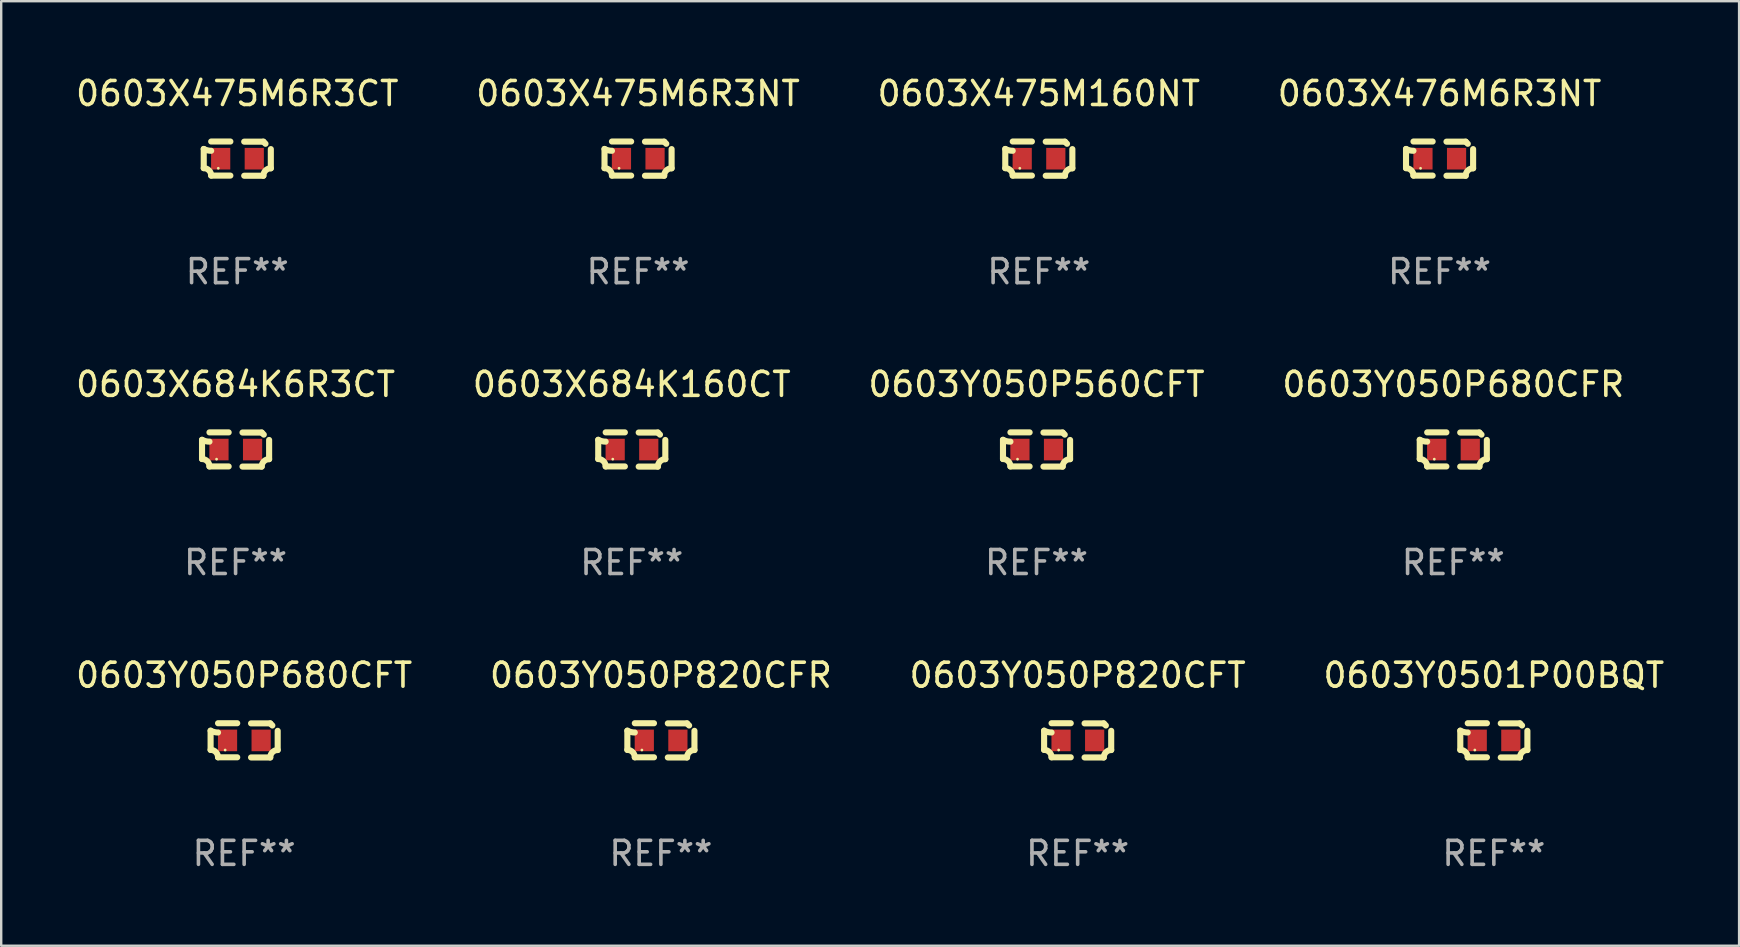
<source format=kicad_pcb>
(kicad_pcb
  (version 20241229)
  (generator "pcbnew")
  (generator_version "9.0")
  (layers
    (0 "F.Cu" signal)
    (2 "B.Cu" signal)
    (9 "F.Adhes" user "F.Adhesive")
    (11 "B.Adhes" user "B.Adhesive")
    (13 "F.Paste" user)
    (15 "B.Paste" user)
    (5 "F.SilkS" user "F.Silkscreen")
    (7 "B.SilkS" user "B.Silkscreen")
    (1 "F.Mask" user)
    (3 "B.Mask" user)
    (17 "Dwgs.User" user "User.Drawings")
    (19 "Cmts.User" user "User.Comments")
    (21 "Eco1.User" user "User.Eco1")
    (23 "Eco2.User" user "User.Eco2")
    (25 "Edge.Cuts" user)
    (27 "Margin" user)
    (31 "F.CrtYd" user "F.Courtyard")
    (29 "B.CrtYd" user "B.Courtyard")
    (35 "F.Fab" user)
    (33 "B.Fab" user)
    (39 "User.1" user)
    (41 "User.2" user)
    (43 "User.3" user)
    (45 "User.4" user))
  (footprint "0603X475M6R3CT"
    (layer "F.Cu")
    (at 6.839 3.561)
    (property "Reference" "0603X475M6R3CT" (at 0 -2.713 0) (layer "F.SilkS") (effects (font (size 1 1) (thickness 0.15))))
    (attr through_hole)
    (fp_line (start -1.398 -0.403) (end -1.398 0.397) (stroke (width 0.254) (type solid)) (layer "F.SilkS"))
    (fp_line (start -0.288 -0.713) (end -1.088 -0.713) (stroke (width 0.254) (type solid)) (layer "F.SilkS"))
    (fp_line (start -0.288 0.707) (end -1.088 0.707) (stroke (width 0.254) (type solid)) (layer "F.SilkS"))
    (fp_line (start 0.288 -0.707) (end 1.088 -0.707) (stroke (width 0.254) (type solid)) (layer "F.SilkS"))
    (fp_line (start 0.288 0.713) (end 1.088 0.713) (stroke (width 0.254) (type solid)) (layer "F.SilkS"))
    (fp_line (start 1.398 -0.397) (end 1.398 0.403) (stroke (width 0.254) (type solid)) (layer "F.SilkS"))
    (fp_arc (start -1.397789 0.397066) (mid -1.178701 0.487826) (end -1.08796 0.706922) (stroke (width 0.254001) (type solid)) (layer "F.SilkS"))
    (fp_arc (start -1.08796 -0.327176) (mid -1.247436 -0.346384) (end -1.39779 -0.402908) (stroke (width 0.254001) (type solid)) (layer "F.SilkS"))
    (fp_arc (start 1.087909 0.712738) (mid 1.178656 0.493655) (end 1.397739 0.402908) (stroke (width 0.254001) (type solid)) (layer "F.SilkS"))
    (fp_arc (start 1.175925 -0.618926) (mid 1.131917 -0.662923) (end 1.08791 -0.706922) (stroke (width 0.254001) (type solid)) (layer "F.SilkS"))
    (fp_circle (center -0.792 0.403) (end -0.762 0.403) (stroke (width 0.06) (type solid)) (fill no) (layer "F.SilkS"))
    (fp_text user "REF**" (at 0 4.713 0) (layer "F.Fab") (effects (font (size 1 1) (thickness 0.15))))
    (pad "1" smd rect (at -0.692 0.003) (size 0.8 0.9) (layers "F.Cu" "F.Mask" "F.Paste"))
    (pad "2" smd rect (at 0.708 0.003) (size 0.8 0.9) (layers "F.Cu" "F.Mask" "F.Paste")))
  (footprint "0603X475M160NT"
    (layer "F.Cu")
    (at 40.244 3.561)
    (property "Reference" "0603X475M160NT" (at 0 -2.713 0) (layer "F.SilkS") (effects (font (size 1 1) (thickness 0.15))))
    (attr through_hole)
    (fp_line (start -1.398 -0.403) (end -1.398 0.397) (stroke (width 0.254) (type solid)) (layer "F.SilkS"))
    (fp_line (start -0.288 -0.713) (end -1.088 -0.713) (stroke (width 0.254) (type solid)) (layer "F.SilkS"))
    (fp_line (start -0.288 0.707) (end -1.088 0.707) (stroke (width 0.254) (type solid)) (layer "F.SilkS"))
    (fp_line (start 0.288 -0.707) (end 1.088 -0.707) (stroke (width 0.254) (type solid)) (layer "F.SilkS"))
    (fp_line (start 0.288 0.713) (end 1.088 0.713) (stroke (width 0.254) (type solid)) (layer "F.SilkS"))
    (fp_line (start 1.398 -0.397) (end 1.398 0.403) (stroke (width 0.254) (type solid)) (layer "F.SilkS"))
    (fp_arc (start -1.397789 0.397066) (mid -1.178701 0.487826) (end -1.08796 0.706922) (stroke (width 0.254001) (type solid)) (layer "F.SilkS"))
    (fp_arc (start -1.08796 -0.327176) (mid -1.247436 -0.346384) (end -1.39779 -0.402908) (stroke (width 0.254001) (type solid)) (layer "F.SilkS"))
    (fp_arc (start 1.087909 0.712738) (mid 1.178656 0.493655) (end 1.397739 0.402908) (stroke (width 0.254001) (type solid)) (layer "F.SilkS"))
    (fp_arc (start 1.175925 -0.618926) (mid 1.131917 -0.662923) (end 1.08791 -0.706922) (stroke (width 0.254001) (type solid)) (layer "F.SilkS"))
    (fp_circle (center -0.792 0.403) (end -0.762 0.403) (stroke (width 0.06) (type solid)) (fill no) (layer "F.SilkS"))
    (fp_text user "REF**" (at 0 4.713 0) (layer "F.Fab") (effects (font (size 1 1) (thickness 0.15))))
    (pad "1" smd rect (at -0.692 0.003) (size 0.8 0.9) (layers "F.Cu" "F.Mask" "F.Paste"))
    (pad "2" smd rect (at 0.708 0.003) (size 0.8 0.9) (layers "F.Cu" "F.Mask" "F.Paste")))
  (footprint "0603Y0501P00BQT"
    (layer "F.Cu")
    (at 59.208 27.805)
    (property "Reference" "0603Y0501P00BQT" (at 0 -2.713 0) (layer "F.SilkS") (effects (font (size 1 1) (thickness 0.15))))
    (attr through_hole)
    (fp_line (start -1.398 -0.403) (end -1.398 0.397) (stroke (width 0.254) (type solid)) (layer "F.SilkS"))
    (fp_line (start -0.288 -0.713) (end -1.088 -0.713) (stroke (width 0.254) (type solid)) (layer "F.SilkS"))
    (fp_line (start -0.288 0.707) (end -1.088 0.707) (stroke (width 0.254) (type solid)) (layer "F.SilkS"))
    (fp_line (start 0.288 -0.707) (end 1.088 -0.707) (stroke (width 0.254) (type solid)) (layer "F.SilkS"))
    (fp_line (start 0.288 0.713) (end 1.088 0.713) (stroke (width 0.254) (type solid)) (layer "F.SilkS"))
    (fp_line (start 1.398 -0.397) (end 1.398 0.403) (stroke (width 0.254) (type solid)) (layer "F.SilkS"))
    (fp_arc (start -1.397789 0.397066) (mid -1.178701 0.487826) (end -1.08796 0.706922) (stroke (width 0.254001) (type solid)) (layer "F.SilkS"))
    (fp_arc (start -1.08796 -0.327176) (mid -1.247436 -0.346384) (end -1.39779 -0.402908) (stroke (width 0.254001) (type solid)) (layer "F.SilkS"))
    (fp_arc (start 1.087909 0.712738) (mid 1.178656 0.493655) (end 1.397739 0.402908) (stroke (width 0.254001) (type solid)) (layer "F.SilkS"))
    (fp_arc (start 1.175925 -0.618926) (mid 1.131917 -0.662923) (end 1.08791 -0.706922) (stroke (width 0.254001) (type solid)) (layer "F.SilkS"))
    (fp_circle (center -0.792 0.403) (end -0.762 0.403) (stroke (width 0.06) (type solid)) (fill no) (layer "F.SilkS"))
    (fp_text user "REF**" (at 0 4.713 0) (layer "F.Fab") (effects (font (size 1 1) (thickness 0.15))))
    (pad "1" smd rect (at -0.692 0.003) (size 0.8 0.9) (layers "F.Cu" "F.Mask" "F.Paste"))
    (pad "2" smd rect (at 0.708 0.003) (size 0.8 0.9) (layers "F.Cu" "F.Mask" "F.Paste")))
  (footprint "0603X476M6R3NT"
    (layer "F.Cu")
    (at 56.946 3.561)
    (property "Reference" "0603X476M6R3NT" (at 0 -2.713 0) (layer "F.SilkS") (effects (font (size 1 1) (thickness 0.15))))
    (attr through_hole)
    (fp_line (start -1.398 -0.403) (end -1.398 0.397) (stroke (width 0.254) (type solid)) (layer "F.SilkS"))
    (fp_line (start -0.288 -0.713) (end -1.088 -0.713) (stroke (width 0.254) (type solid)) (layer "F.SilkS"))
    (fp_line (start -0.288 0.707) (end -1.088 0.707) (stroke (width 0.254) (type solid)) (layer "F.SilkS"))
    (fp_line (start 0.288 -0.707) (end 1.088 -0.707) (stroke (width 0.254) (type solid)) (layer "F.SilkS"))
    (fp_line (start 0.288 0.713) (end 1.088 0.713) (stroke (width 0.254) (type solid)) (layer "F.SilkS"))
    (fp_line (start 1.398 -0.397) (end 1.398 0.403) (stroke (width 0.254) (type solid)) (layer "F.SilkS"))
    (fp_arc (start -1.397789 0.397066) (mid -1.178701 0.487826) (end -1.08796 0.706922) (stroke (width 0.254001) (type solid)) (layer "F.SilkS"))
    (fp_arc (start -1.08796 -0.327176) (mid -1.247436 -0.346384) (end -1.39779 -0.402908) (stroke (width 0.254001) (type solid)) (layer "F.SilkS"))
    (fp_arc (start 1.087909 0.712738) (mid 1.178656 0.493655) (end 1.397739 0.402908) (stroke (width 0.254001) (type solid)) (layer "F.SilkS"))
    (fp_arc (start 1.175925 -0.618926) (mid 1.131917 -0.662923) (end 1.08791 -0.706922) (stroke (width 0.254001) (type solid)) (layer "F.SilkS"))
    (fp_circle (center -0.792 0.403) (end -0.762 0.403) (stroke (width 0.06) (type solid)) (fill no) (layer "F.SilkS"))
    (fp_text user "REF**" (at 0 4.713 0) (layer "F.Fab") (effects (font (size 1 1) (thickness 0.15))))
    (pad "1" smd rect (at -0.692 0.003) (size 0.8 0.9) (layers "F.Cu" "F.Mask" "F.Paste"))
    (pad "2" smd rect (at 0.708 0.003) (size 0.8 0.9) (layers "F.Cu" "F.Mask" "F.Paste")))
  (footprint "0603X684K6R3CT"
    (layer "F.Cu")
    (at 6.768 15.683)
    (property "Reference" "0603X684K6R3CT" (at 0 -2.713 0) (layer "F.SilkS") (effects (font (size 1 1) (thickness 0.15))))
    (attr through_hole)
    (fp_line (start -1.398 -0.403) (end -1.398 0.397) (stroke (width 0.254) (type solid)) (layer "F.SilkS"))
    (fp_line (start -0.288 -0.713) (end -1.088 -0.713) (stroke (width 0.254) (type solid)) (layer "F.SilkS"))
    (fp_line (start -0.288 0.707) (end -1.088 0.707) (stroke (width 0.254) (type solid)) (layer "F.SilkS"))
    (fp_line (start 0.288 -0.707) (end 1.088 -0.707) (stroke (width 0.254) (type solid)) (layer "F.SilkS"))
    (fp_line (start 0.288 0.713) (end 1.088 0.713) (stroke (width 0.254) (type solid)) (layer "F.SilkS"))
    (fp_line (start 1.398 -0.397) (end 1.398 0.403) (stroke (width 0.254) (type solid)) (layer "F.SilkS"))
    (fp_arc (start -1.397789 0.397066) (mid -1.178701 0.487826) (end -1.08796 0.706922) (stroke (width 0.254001) (type solid)) (layer "F.SilkS"))
    (fp_arc (start -1.08796 -0.327176) (mid -1.247436 -0.346384) (end -1.39779 -0.402908) (stroke (width 0.254001) (type solid)) (layer "F.SilkS"))
    (fp_arc (start 1.087909 0.712738) (mid 1.178656 0.493655) (end 1.397739 0.402908) (stroke (width 0.254001) (type solid)) (layer "F.SilkS"))
    (fp_arc (start 1.175925 -0.618926) (mid 1.131917 -0.662923) (end 1.08791 -0.706922) (stroke (width 0.254001) (type solid)) (layer "F.SilkS"))
    (fp_circle (center -0.792 0.403) (end -0.762 0.403) (stroke (width 0.06) (type solid)) (fill no) (layer "F.SilkS"))
    (fp_text user "REF**" (at 0 4.713 0) (layer "F.Fab") (effects (font (size 1 1) (thickness 0.15))))
    (pad "1" smd rect (at -0.692 0.003) (size 0.8 0.9) (layers "F.Cu" "F.Mask" "F.Paste"))
    (pad "2" smd rect (at 0.708 0.003) (size 0.8 0.9) (layers "F.Cu" "F.Mask" "F.Paste")))
  (footprint "0603Y050P680CFT"
    (layer "F.Cu")
    (at 7.125 27.805)
    (property "Reference" "0603Y050P680CFT" (at 0 -2.713 0) (layer "F.SilkS") (effects (font (size 1 1) (thickness 0.15))))
    (attr through_hole)
    (fp_line (start -1.398 -0.403) (end -1.398 0.397) (stroke (width 0.254) (type solid)) (layer "F.SilkS"))
    (fp_line (start -0.288 -0.713) (end -1.088 -0.713) (stroke (width 0.254) (type solid)) (layer "F.SilkS"))
    (fp_line (start -0.288 0.707) (end -1.088 0.707) (stroke (width 0.254) (type solid)) (layer "F.SilkS"))
    (fp_line (start 0.288 -0.707) (end 1.088 -0.707) (stroke (width 0.254) (type solid)) (layer "F.SilkS"))
    (fp_line (start 0.288 0.713) (end 1.088 0.713) (stroke (width 0.254) (type solid)) (layer "F.SilkS"))
    (fp_line (start 1.398 -0.397) (end 1.398 0.403) (stroke (width 0.254) (type solid)) (layer "F.SilkS"))
    (fp_arc (start -1.397789 0.397066) (mid -1.178701 0.487826) (end -1.08796 0.706922) (stroke (width 0.254001) (type solid)) (layer "F.SilkS"))
    (fp_arc (start -1.08796 -0.327176) (mid -1.247436 -0.346384) (end -1.39779 -0.402908) (stroke (width 0.254001) (type solid)) (layer "F.SilkS"))
    (fp_arc (start 1.087909 0.712738) (mid 1.178656 0.493655) (end 1.397739 0.402908) (stroke (width 0.254001) (type solid)) (layer "F.SilkS"))
    (fp_arc (start 1.175925 -0.618926) (mid 1.131917 -0.662923) (end 1.08791 -0.706922) (stroke (width 0.254001) (type solid)) (layer "F.SilkS"))
    (fp_circle (center -0.792 0.403) (end -0.762 0.403) (stroke (width 0.06) (type solid)) (fill no) (layer "F.SilkS"))
    (fp_text user "REF**" (at 0 4.713 0) (layer "F.Fab") (effects (font (size 1 1) (thickness 0.15))))
    (pad "1" smd rect (at -0.692 0.003) (size 0.8 0.9) (layers "F.Cu" "F.Mask" "F.Paste"))
    (pad "2" smd rect (at 0.708 0.003) (size 0.8 0.9) (layers "F.Cu" "F.Mask" "F.Paste")))
  (footprint "0603X475M6R3NT"
    (layer "F.Cu")
    (at 23.542 3.561)
    (property "Reference" "0603X475M6R3NT" (at 0 -2.713 0) (layer "F.SilkS") (effects (font (size 1 1) (thickness 0.15))))
    (attr through_hole)
    (fp_line (start -1.398 -0.403) (end -1.398 0.397) (stroke (width 0.254) (type solid)) (layer "F.SilkS"))
    (fp_line (start -0.288 -0.713) (end -1.088 -0.713) (stroke (width 0.254) (type solid)) (layer "F.SilkS"))
    (fp_line (start -0.288 0.707) (end -1.088 0.707) (stroke (width 0.254) (type solid)) (layer "F.SilkS"))
    (fp_line (start 0.288 -0.707) (end 1.088 -0.707) (stroke (width 0.254) (type solid)) (layer "F.SilkS"))
    (fp_line (start 0.288 0.713) (end 1.088 0.713) (stroke (width 0.254) (type solid)) (layer "F.SilkS"))
    (fp_line (start 1.398 -0.397) (end 1.398 0.403) (stroke (width 0.254) (type solid)) (layer "F.SilkS"))
    (fp_arc (start -1.397789 0.397066) (mid -1.178701 0.487826) (end -1.08796 0.706922) (stroke (width 0.254001) (type solid)) (layer "F.SilkS"))
    (fp_arc (start -1.08796 -0.327176) (mid -1.247436 -0.346384) (end -1.39779 -0.402908) (stroke (width 0.254001) (type solid)) (layer "F.SilkS"))
    (fp_arc (start 1.087909 0.712738) (mid 1.178656 0.493655) (end 1.397739 0.402908) (stroke (width 0.254001) (type solid)) (layer "F.SilkS"))
    (fp_arc (start 1.175925 -0.618926) (mid 1.131917 -0.662923) (end 1.08791 -0.706922) (stroke (width 0.254001) (type solid)) (layer "F.SilkS"))
    (fp_circle (center -0.792 0.403) (end -0.762 0.403) (stroke (width 0.06) (type solid)) (fill no) (layer "F.SilkS"))
    (fp_text user "REF**" (at 0 4.713 0) (layer "F.Fab") (effects (font (size 1 1) (thickness 0.15))))
    (pad "1" smd rect (at -0.692 0.003) (size 0.8 0.9) (layers "F.Cu" "F.Mask" "F.Paste"))
    (pad "2" smd rect (at 0.708 0.003) (size 0.8 0.9) (layers "F.Cu" "F.Mask" "F.Paste")))
  (footprint "0603Y050P820CFT"
    (layer "F.Cu")
    (at 41.863 27.805)
    (property "Reference" "0603Y050P820CFT" (at 0 -2.713 0) (layer "F.SilkS") (effects (font (size 1 1) (thickness 0.15))))
    (attr through_hole)
    (fp_line (start -1.398 -0.403) (end -1.398 0.397) (stroke (width 0.254) (type solid)) (layer "F.SilkS"))
    (fp_line (start -0.288 -0.713) (end -1.088 -0.713) (stroke (width 0.254) (type solid)) (layer "F.SilkS"))
    (fp_line (start -0.288 0.707) (end -1.088 0.707) (stroke (width 0.254) (type solid)) (layer "F.SilkS"))
    (fp_line (start 0.288 -0.707) (end 1.088 -0.707) (stroke (width 0.254) (type solid)) (layer "F.SilkS"))
    (fp_line (start 0.288 0.713) (end 1.088 0.713) (stroke (width 0.254) (type solid)) (layer "F.SilkS"))
    (fp_line (start 1.398 -0.397) (end 1.398 0.403) (stroke (width 0.254) (type solid)) (layer "F.SilkS"))
    (fp_arc (start -1.397789 0.397066) (mid -1.178701 0.487826) (end -1.08796 0.706922) (stroke (width 0.254001) (type solid)) (layer "F.SilkS"))
    (fp_arc (start -1.08796 -0.327176) (mid -1.247436 -0.346384) (end -1.39779 -0.402908) (stroke (width 0.254001) (type solid)) (layer "F.SilkS"))
    (fp_arc (start 1.087909 0.712738) (mid 1.178656 0.493655) (end 1.397739 0.402908) (stroke (width 0.254001) (type solid)) (layer "F.SilkS"))
    (fp_arc (start 1.175925 -0.618926) (mid 1.131917 -0.662923) (end 1.08791 -0.706922) (stroke (width 0.254001) (type solid)) (layer "F.SilkS"))
    (fp_circle (center -0.792 0.403) (end -0.762 0.403) (stroke (width 0.06) (type solid)) (fill no) (layer "F.SilkS"))
    (fp_text user "REF**" (at 0 4.713 0) (layer "F.Fab") (effects (font (size 1 1) (thickness 0.15))))
    (pad "1" smd rect (at -0.692 0.003) (size 0.8 0.9) (layers "F.Cu" "F.Mask" "F.Paste"))
    (pad "2" smd rect (at 0.708 0.003) (size 0.8 0.9) (layers "F.Cu" "F.Mask" "F.Paste")))
  (footprint "0603Y050P820CFR"
    (layer "F.Cu")
    (at 24.494 27.805)
    (property "Reference" "0603Y050P820CFR" (at 0 -2.713 0) (layer "F.SilkS") (effects (font (size 1 1) (thickness 0.15))))
    (attr through_hole)
    (fp_line (start -1.398 -0.403) (end -1.398 0.397) (stroke (width 0.254) (type solid)) (layer "F.SilkS"))
    (fp_line (start -0.288 -0.713) (end -1.088 -0.713) (stroke (width 0.254) (type solid)) (layer "F.SilkS"))
    (fp_line (start -0.288 0.707) (end -1.088 0.707) (stroke (width 0.254) (type solid)) (layer "F.SilkS"))
    (fp_line (start 0.288 -0.707) (end 1.088 -0.707) (stroke (width 0.254) (type solid)) (layer "F.SilkS"))
    (fp_line (start 0.288 0.713) (end 1.088 0.713) (stroke (width 0.254) (type solid)) (layer "F.SilkS"))
    (fp_line (start 1.398 -0.397) (end 1.398 0.403) (stroke (width 0.254) (type solid)) (layer "F.SilkS"))
    (fp_arc (start -1.397789 0.397066) (mid -1.178701 0.487826) (end -1.08796 0.706922) (stroke (width 0.254001) (type solid)) (layer "F.SilkS"))
    (fp_arc (start -1.08796 -0.327176) (mid -1.247436 -0.346384) (end -1.39779 -0.402908) (stroke (width 0.254001) (type solid)) (layer "F.SilkS"))
    (fp_arc (start 1.087909 0.712738) (mid 1.178656 0.493655) (end 1.397739 0.402908) (stroke (width 0.254001) (type solid)) (layer "F.SilkS"))
    (fp_arc (start 1.175925 -0.618926) (mid 1.131917 -0.662923) (end 1.08791 -0.706922) (stroke (width 0.254001) (type solid)) (layer "F.SilkS"))
    (fp_circle (center -0.792 0.403) (end -0.762 0.403) (stroke (width 0.06) (type solid)) (fill no) (layer "F.SilkS"))
    (fp_text user "REF**" (at 0 4.713 0) (layer "F.Fab") (effects (font (size 1 1) (thickness 0.15))))
    (pad "1" smd rect (at -0.692 0.003) (size 0.8 0.9) (layers "F.Cu" "F.Mask" "F.Paste"))
    (pad "2" smd rect (at 0.708 0.003) (size 0.8 0.9) (layers "F.Cu" "F.Mask" "F.Paste")))
  (footprint "0603Y050P560CFT"
    (layer "F.Cu")
    (at 40.149 15.683)
    (property "Reference" "0603Y050P560CFT" (at 0 -2.713 0) (layer "F.SilkS") (effects (font (size 1 1) (thickness 0.15))))
    (attr through_hole)
    (fp_line (start -1.398 -0.403) (end -1.398 0.397) (stroke (width 0.254) (type solid)) (layer "F.SilkS"))
    (fp_line (start -0.288 -0.713) (end -1.088 -0.713) (stroke (width 0.254) (type solid)) (layer "F.SilkS"))
    (fp_line (start -0.288 0.707) (end -1.088 0.707) (stroke (width 0.254) (type solid)) (layer "F.SilkS"))
    (fp_line (start 0.288 -0.707) (end 1.088 -0.707) (stroke (width 0.254) (type solid)) (layer "F.SilkS"))
    (fp_line (start 0.288 0.713) (end 1.088 0.713) (stroke (width 0.254) (type solid)) (layer "F.SilkS"))
    (fp_line (start 1.398 -0.397) (end 1.398 0.403) (stroke (width 0.254) (type solid)) (layer "F.SilkS"))
    (fp_arc (start -1.397789 0.397066) (mid -1.178701 0.487826) (end -1.08796 0.706922) (stroke (width 0.254001) (type solid)) (layer "F.SilkS"))
    (fp_arc (start -1.08796 -0.327176) (mid -1.247436 -0.346384) (end -1.39779 -0.402908) (stroke (width 0.254001) (type solid)) (layer "F.SilkS"))
    (fp_arc (start 1.087909 0.712738) (mid 1.178656 0.493655) (end 1.397739 0.402908) (stroke (width 0.254001) (type solid)) (layer "F.SilkS"))
    (fp_arc (start 1.175925 -0.618926) (mid 1.131917 -0.662923) (end 1.08791 -0.706922) (stroke (width 0.254001) (type solid)) (layer "F.SilkS"))
    (fp_circle (center -0.792 0.403) (end -0.762 0.403) (stroke (width 0.06) (type solid)) (fill no) (layer "F.SilkS"))
    (fp_text user "REF**" (at 0 4.713 0) (layer "F.Fab") (effects (font (size 1 1) (thickness 0.15))))
    (pad "1" smd rect (at -0.692 0.003) (size 0.8 0.9) (layers "F.Cu" "F.Mask" "F.Paste"))
    (pad "2" smd rect (at 0.708 0.003) (size 0.8 0.9) (layers "F.Cu" "F.Mask" "F.Paste")))
  (footprint "0603X684K160CT"
    (layer "F.Cu")
    (at 23.28 15.683)
    (property "Reference" "0603X684K160CT" (at 0 -2.713 0) (layer "F.SilkS") (effects (font (size 1 1) (thickness 0.15))))
    (attr through_hole)
    (fp_line (start -1.398 -0.403) (end -1.398 0.397) (stroke (width 0.254) (type solid)) (layer "F.SilkS"))
    (fp_line (start -0.288 -0.713) (end -1.088 -0.713) (stroke (width 0.254) (type solid)) (layer "F.SilkS"))
    (fp_line (start -0.288 0.707) (end -1.088 0.707) (stroke (width 0.254) (type solid)) (layer "F.SilkS"))
    (fp_line (start 0.288 -0.707) (end 1.088 -0.707) (stroke (width 0.254) (type solid)) (layer "F.SilkS"))
    (fp_line (start 0.288 0.713) (end 1.088 0.713) (stroke (width 0.254) (type solid)) (layer "F.SilkS"))
    (fp_line (start 1.398 -0.397) (end 1.398 0.403) (stroke (width 0.254) (type solid)) (layer "F.SilkS"))
    (fp_arc (start -1.397789 0.397066) (mid -1.178701 0.487826) (end -1.08796 0.706922) (stroke (width 0.254001) (type solid)) (layer "F.SilkS"))
    (fp_arc (start -1.08796 -0.327176) (mid -1.247436 -0.346384) (end -1.39779 -0.402908) (stroke (width 0.254001) (type solid)) (layer "F.SilkS"))
    (fp_arc (start 1.087909 0.712738) (mid 1.178656 0.493655) (end 1.397739 0.402908) (stroke (width 0.254001) (type solid)) (layer "F.SilkS"))
    (fp_arc (start 1.175925 -0.618926) (mid 1.131917 -0.662923) (end 1.08791 -0.706922) (stroke (width 0.254001) (type solid)) (layer "F.SilkS"))
    (fp_circle (center -0.792 0.403) (end -0.762 0.403) (stroke (width 0.06) (type solid)) (fill no) (layer "F.SilkS"))
    (fp_text user "REF**" (at 0 4.713 0) (layer "F.Fab") (effects (font (size 1 1) (thickness 0.15))))
    (pad "1" smd rect (at -0.692 0.003) (size 0.8 0.9) (layers "F.Cu" "F.Mask" "F.Paste"))
    (pad "2" smd rect (at 0.708 0.003) (size 0.8 0.9) (layers "F.Cu" "F.Mask" "F.Paste")))
  (footprint "0603Y050P680CFR"
    (layer "F.Cu")
    (at 57.518 15.683)
    (property "Reference" "0603Y050P680CFR" (at 0 -2.713 0) (layer "F.SilkS") (effects (font (size 1 1) (thickness 0.15))))
    (attr through_hole)
    (fp_line (start -1.398 -0.403) (end -1.398 0.397) (stroke (width 0.254) (type solid)) (layer "F.SilkS"))
    (fp_line (start -0.288 -0.713) (end -1.088 -0.713) (stroke (width 0.254) (type solid)) (layer "F.SilkS"))
    (fp_line (start -0.288 0.707) (end -1.088 0.707) (stroke (width 0.254) (type solid)) (layer "F.SilkS"))
    (fp_line (start 0.288 -0.707) (end 1.088 -0.707) (stroke (width 0.254) (type solid)) (layer "F.SilkS"))
    (fp_line (start 0.288 0.713) (end 1.088 0.713) (stroke (width 0.254) (type solid)) (layer "F.SilkS"))
    (fp_line (start 1.398 -0.397) (end 1.398 0.403) (stroke (width 0.254) (type solid)) (layer "F.SilkS"))
    (fp_arc (start -1.397789 0.397066) (mid -1.178701 0.487826) (end -1.08796 0.706922) (stroke (width 0.254001) (type solid)) (layer "F.SilkS"))
    (fp_arc (start -1.08796 -0.327176) (mid -1.247436 -0.346384) (end -1.39779 -0.402908) (stroke (width 0.254001) (type solid)) (layer "F.SilkS"))
    (fp_arc (start 1.087909 0.712738) (mid 1.178656 0.493655) (end 1.397739 0.402908) (stroke (width 0.254001) (type solid)) (layer "F.SilkS"))
    (fp_arc (start 1.175925 -0.618926) (mid 1.131917 -0.662923) (end 1.08791 -0.706922) (stroke (width 0.254001) (type solid)) (layer "F.SilkS"))
    (fp_circle (center -0.792 0.403) (end -0.762 0.403) (stroke (width 0.06) (type solid)) (fill no) (layer "F.SilkS"))
    (fp_text user "REF**" (at 0 4.713 0) (layer "F.Fab") (effects (font (size 1 1) (thickness 0.15))))
    (pad "1" smd rect (at -0.692 0.003) (size 0.8 0.9) (layers "F.Cu" "F.Mask" "F.Paste"))
    (pad "2" smd rect (at 0.708 0.003) (size 0.8 0.9) (layers "F.Cu" "F.Mask" "F.Paste")))
  (gr_rect
    (start -3 -3)
    (end 69.429 36.366)
    (stroke (width 0.1) (type default))
    (fill no)
    (layer "Edge.Cuts")))
</source>
